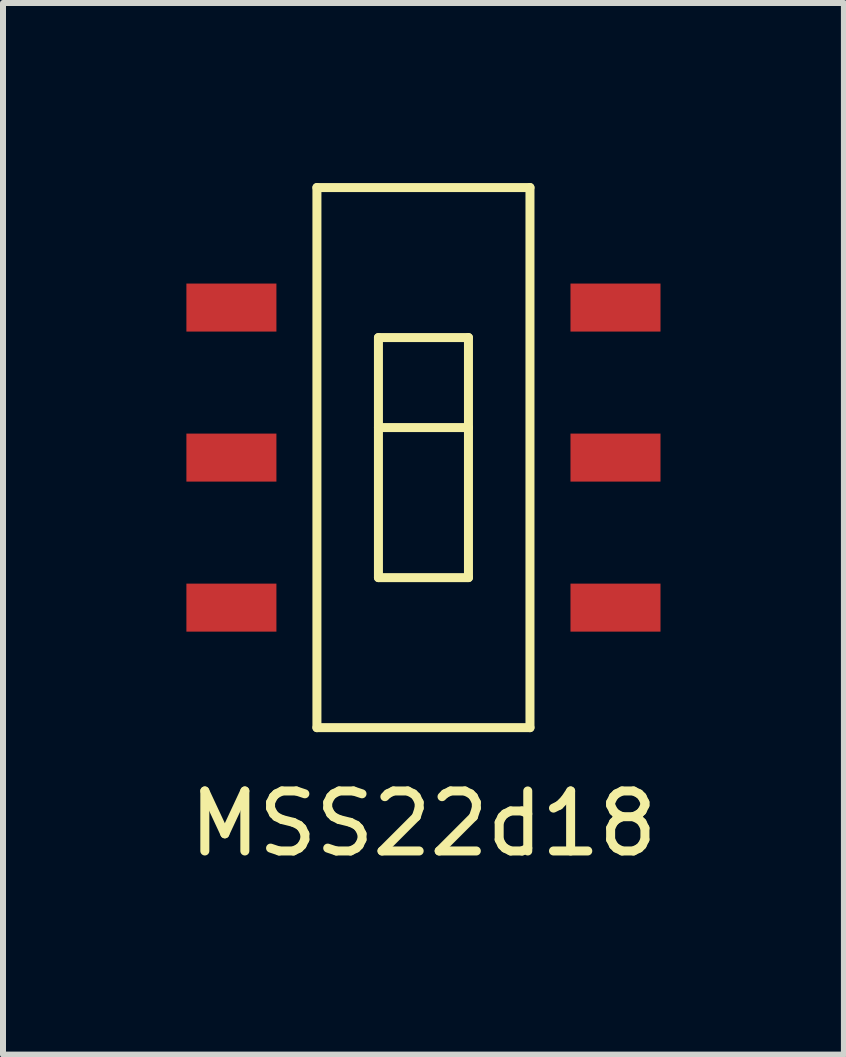
<source format=kicad_pcb>
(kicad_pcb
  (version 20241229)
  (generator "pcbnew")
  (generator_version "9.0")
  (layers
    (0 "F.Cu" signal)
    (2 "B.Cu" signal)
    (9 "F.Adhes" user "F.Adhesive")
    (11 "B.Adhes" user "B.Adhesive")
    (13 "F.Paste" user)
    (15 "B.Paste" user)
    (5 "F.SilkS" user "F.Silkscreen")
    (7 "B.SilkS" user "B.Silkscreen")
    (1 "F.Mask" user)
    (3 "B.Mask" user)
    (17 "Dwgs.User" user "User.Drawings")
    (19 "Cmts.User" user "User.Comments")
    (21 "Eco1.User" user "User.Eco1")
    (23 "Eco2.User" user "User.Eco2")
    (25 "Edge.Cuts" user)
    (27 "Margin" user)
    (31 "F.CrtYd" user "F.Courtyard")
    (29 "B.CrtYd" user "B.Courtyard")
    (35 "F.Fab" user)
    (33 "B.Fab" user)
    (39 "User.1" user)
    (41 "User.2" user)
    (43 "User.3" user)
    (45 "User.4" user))
  (footprint "MSS22d18"
    (layer "F.Cu")
    (at 4.006 4.575)
    (property "Reference" "MSS22d18" (at 0 6.1 0) (layer "F.SilkS") (effects (font (size 1 1) (thickness 0.15))))
    (attr through_hole)
    (fp_line (start -1.775 -4.5) (end 1.775 -4.5) (stroke (width 0.15) (type solid)) (layer "F.SilkS"))
    (fp_line (start -1.775 4.5) (end -1.775 -4.5) (stroke (width 0.15) (type solid)) (layer "F.SilkS"))
    (fp_line (start -0.75 -2) (end 0.75 -2) (stroke (width 0.15) (type solid)) (layer "F.SilkS"))
    (fp_line (start -0.75 -0.5) (end 0.75 -0.5) (stroke (width 0.15) (type solid)) (layer "F.SilkS"))
    (fp_line (start -0.75 2) (end -0.75 -2) (stroke (width 0.15) (type solid)) (layer "F.SilkS"))
    (fp_line (start 0.75 -2) (end 0.75 2) (stroke (width 0.15) (type solid)) (layer "F.SilkS"))
    (fp_line (start 0.75 2) (end -0.75 2) (stroke (width 0.15) (type solid)) (layer "F.SilkS"))
    (fp_line (start 1.775 -4.5) (end 1.775 4.5) (stroke (width 0.15) (type solid)) (layer "F.SilkS"))
    (fp_line (start 1.775 4.5) (end -1.775 4.5) (stroke (width 0.15) (type solid)) (layer "F.SilkS"))
    (pad "1" smd rect (at -3.2 0) (size 1.5 0.8) (layers "F.Cu" "F.Mask" "F.Paste"))
    (pad "1" smd rect (at 3.2 0) (size 1.5 0.8) (layers "F.Cu" "F.Mask" "F.Paste"))
    (pad "2" smd rect (at -3.2 2.5) (size 1.5 0.8) (layers "F.Cu" "F.Mask" "F.Paste"))
    (pad "2" smd rect (at 3.2 2.5) (size 1.5 0.8) (layers "F.Cu" "F.Mask" "F.Paste"))
    (pad "3" smd rect (at -3.2 -2.5) (size 1.5 0.8) (layers "F.Cu" "F.Mask" "F.Paste"))
    (pad "3" smd rect (at 3.2 -2.5) (size 1.5 0.8) (layers "F.Cu" "F.Mask" "F.Paste")))
  (gr_rect
    (start -3 -3)
    (end 11.012 14.523)
    (stroke (width 0.1) (type default))
    (fill no)
    (layer "Edge.Cuts")))
</source>
